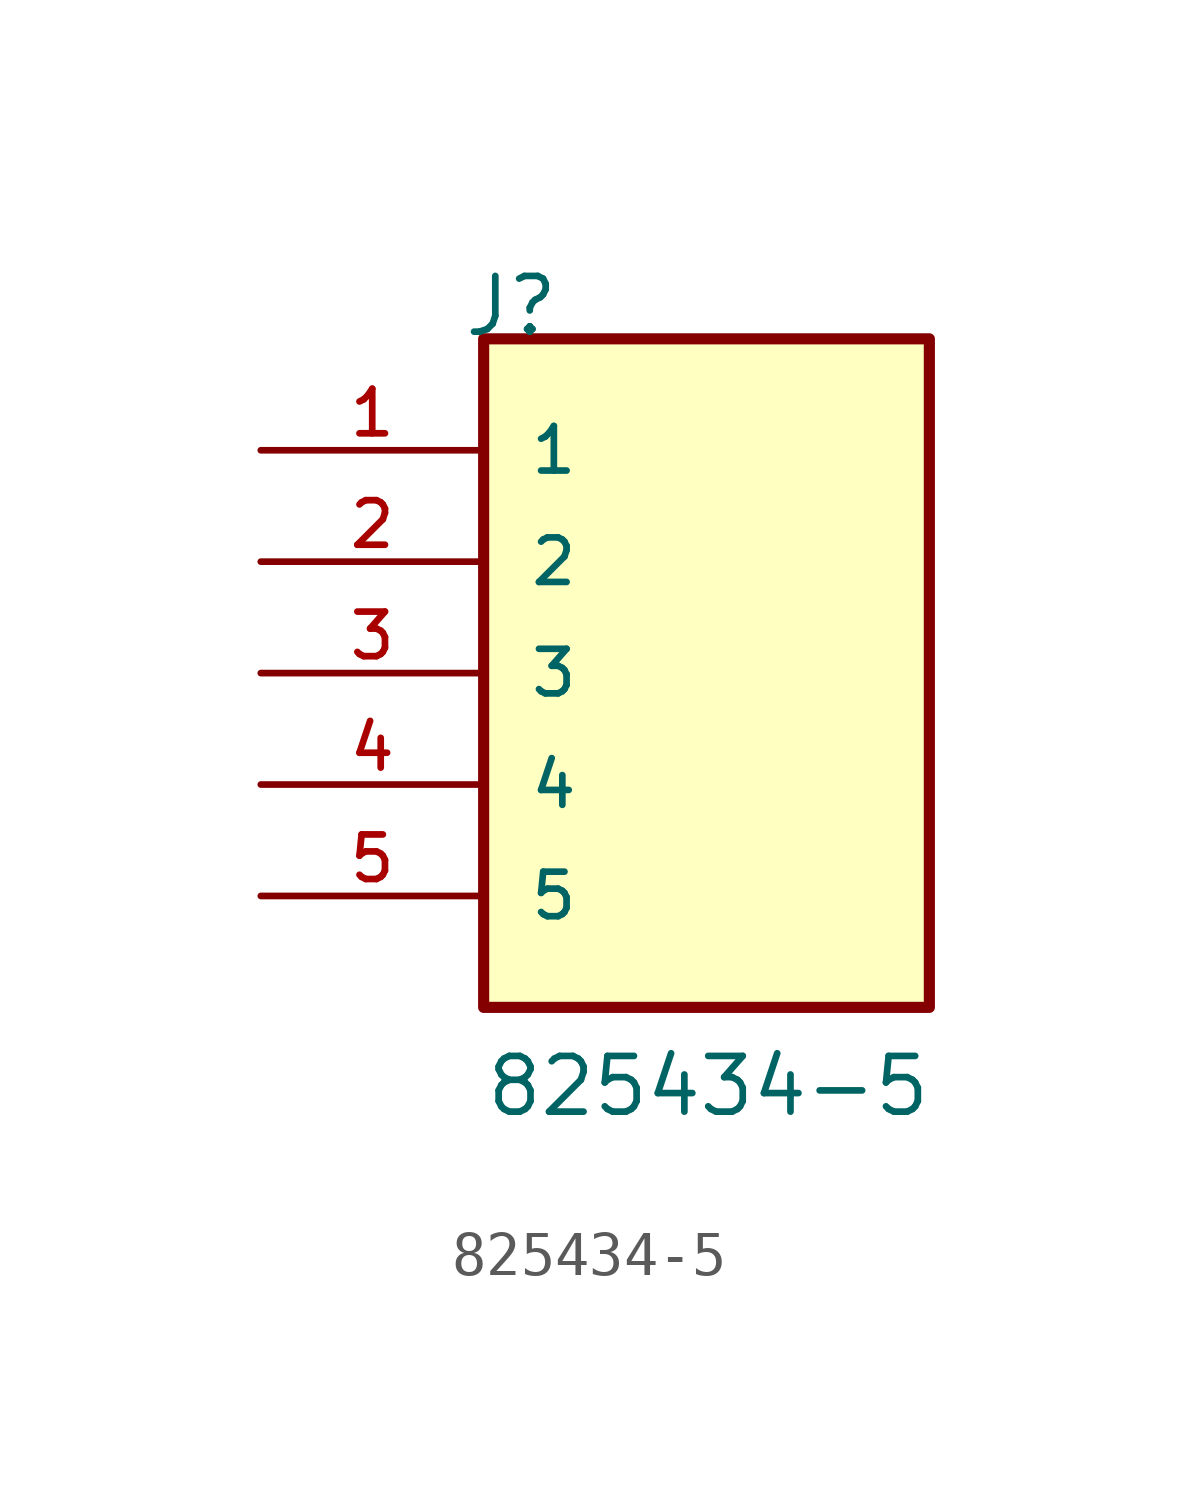
<source format=kicad_sym>
(kicad_symbol_lib
  (version 20211014)
  (generator kicad_symbol_editor)
  (symbol "825434-5"
    (pin_names
      (offset 1.016))
    (property "Reference" "J"
      (at -5.58 7.62 0)
      (effects (font (size 1.27 1.27)) (justify bottom left)))
    (property "Value" "825434-5"
      (at -5.08 -10.16 0)
      (effects (font (size 1.27 1.27)) (justify bottom left)))
    (symbol "825434-5_0_0"
      (rectangle (start -5.08 -7.62) (end 5.08 7.62) (stroke (width 0.254)) (fill (type background)))
      (pin passive line (at -10.16 5.08 0) (length 5.08) (name "1" (effects (font (size 1.016 1.016)))) (number "1" (effects (font (size 1.016 1.016)))))
      (pin passive line (at -10.16 2.54 0) (length 5.08) (name "2" (effects (font (size 1.016 1.016)))) (number "2" (effects (font (size 1.016 1.016)))))
      (pin passive line (at -10.16 0.0 0) (length 5.08) (name "3" (effects (font (size 1.016 1.016)))) (number "3" (effects (font (size 1.016 1.016)))))
      (pin passive line (at -10.16 -2.54 0) (length 5.08) (name "4" (effects (font (size 1.016 1.016)))) (number "4" (effects (font (size 1.016 1.016)))))
      (pin passive line (at -10.16 -5.08 0) (length 5.08) (name "5" (effects (font (size 1.016 1.016)))) (number "5" (effects (font (size 1.016 1.016))))))))
</source>
